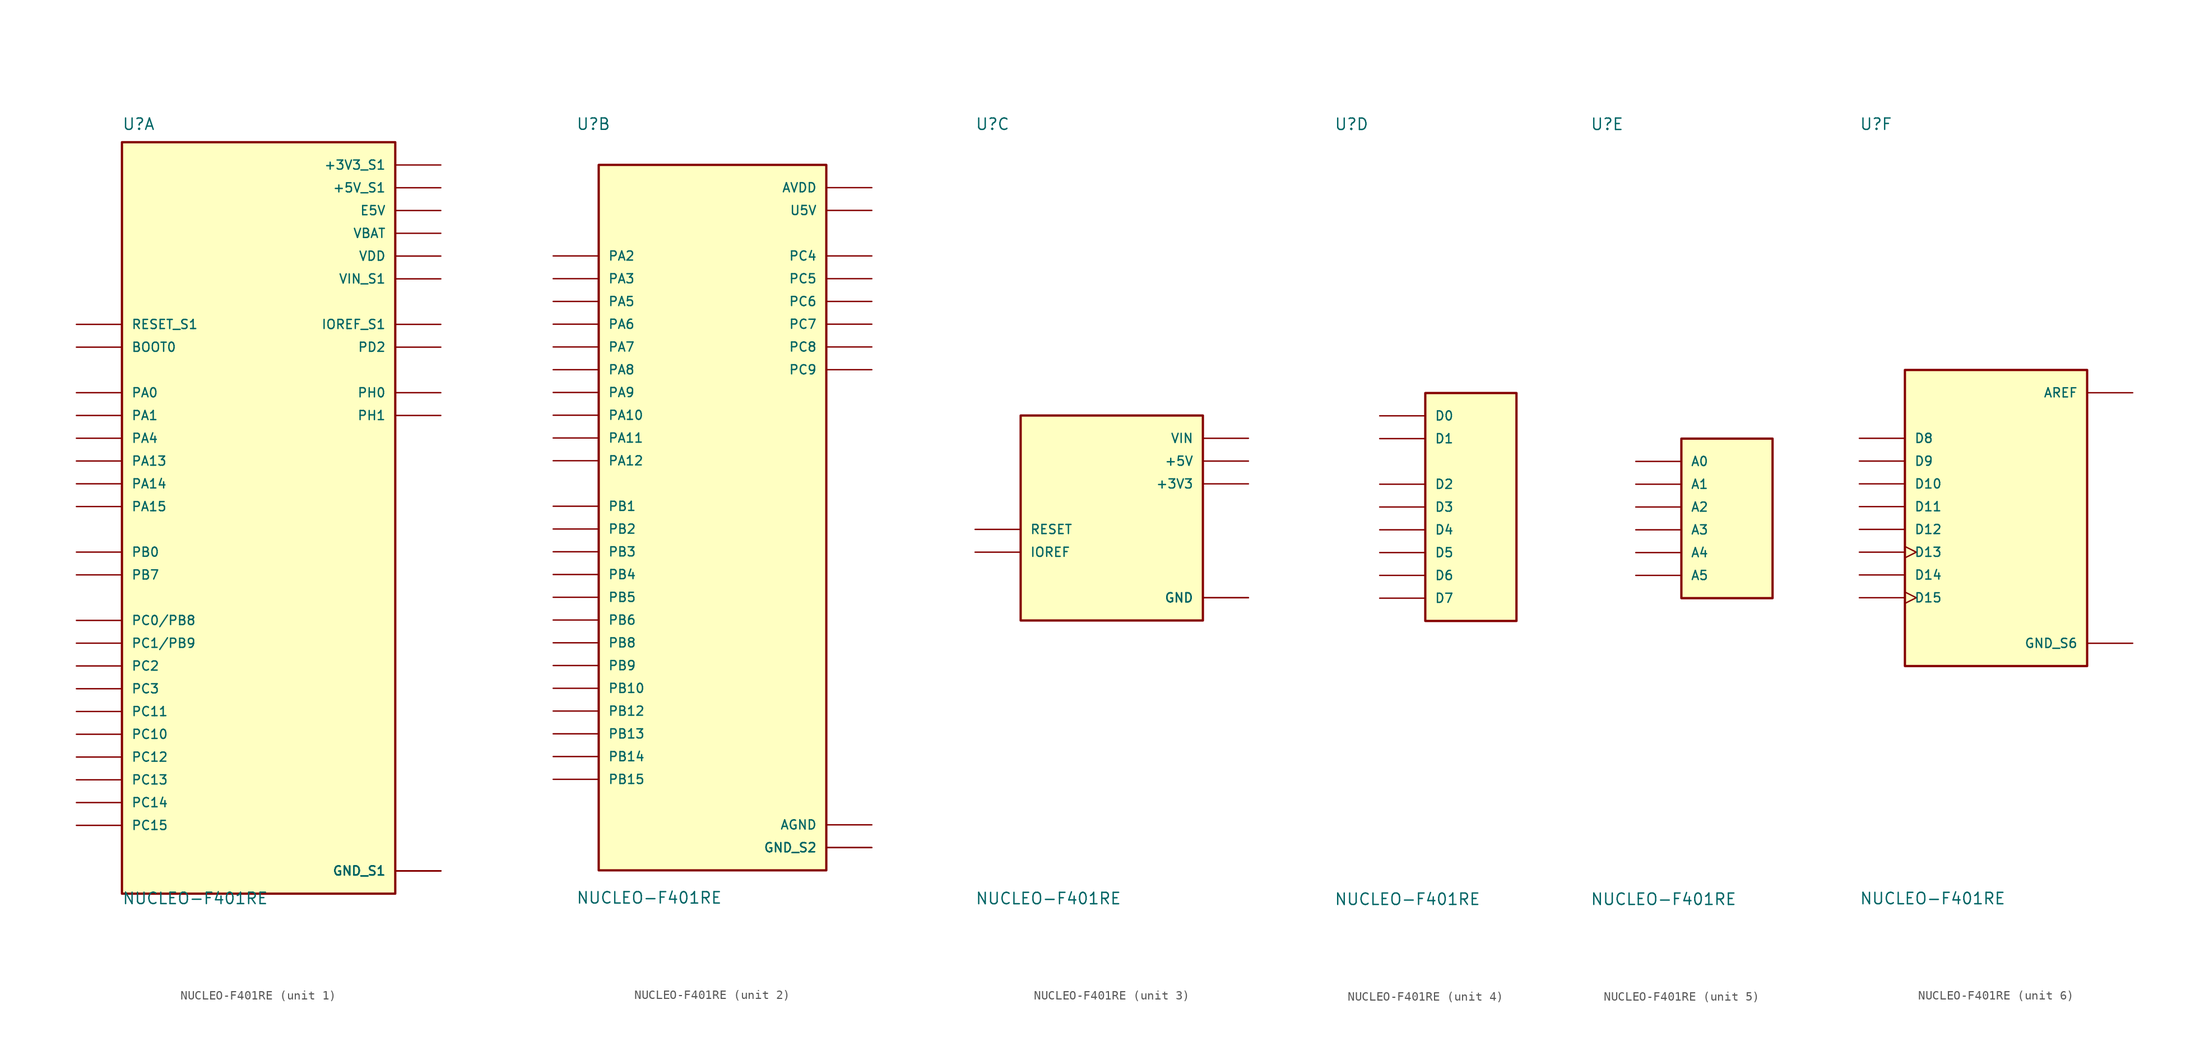
<source format=kicad_sym>
(kicad_symbol_lib
  (version 20211014)
  (generator kicad_symbol_editor)
  (symbol "NUCLEO-F401RE"
    (pin_numbers hide)
    (pin_names
      (offset 1.016))
    (property "Reference" "U"
      (at -15.24 41.91 0)
      (effects (font (size 1.27 1.27)) (justify left bottom)))
    (property "Value" "NUCLEO-F401RE"
      (at -15.24 -44.45 0)
      (effects (font (size 1.27 1.27)) (justify left bottom)))
    (property "ki_locked" ""
      (at 0 0 0)
      (effects (font (size 1.27 1.27))))
    (symbol "NUCLEO-F401RE_1_0"
      (rectangle (start -15.24 -43.18) (end 15.24 40.64) (stroke (width 0.254) (type default) (color 0 0 0 0)) (fill (type background)))
      (pin bidirectional line (at -20.32 -25.4 0) (length 5.08) (name "PC10" (effects (font (size 1.016 1.016)))) (number "CN7_1" (effects (font (size 1.016 1.016)))))
      (pin bidirectional line (at 20.32 20.32 180) (length 5.08) (name "IOREF_S1" (effects (font (size 1.016 1.016)))) (number "CN7_12" (effects (font (size 1.016 1.016)))))
      (pin bidirectional line (at -20.32 5.08 0) (length 5.08) (name "PA13" (effects (font (size 1.016 1.016)))) (number "CN7_13" (effects (font (size 1.016 1.016)))))
      (pin bidirectional line (at -20.32 20.32 0) (length 5.08) (name "RESET_S1" (effects (font (size 1.016 1.016)))) (number "CN7_14" (effects (font (size 1.016 1.016)))))
      (pin bidirectional line (at -20.32 2.54 0) (length 5.08) (name "PA14" (effects (font (size 1.016 1.016)))) (number "CN7_15" (effects (font (size 1.016 1.016)))))
      (pin power_in line (at 20.32 38.1 180) (length 5.08) (name "+3V3_S1" (effects (font (size 1.016 1.016)))) (number "CN7_16" (effects (font (size 1.016 1.016)))))
      (pin bidirectional line (at -20.32 0 0) (length 5.08) (name "PA15" (effects (font (size 1.016 1.016)))) (number "CN7_17" (effects (font (size 1.016 1.016)))))
      (pin power_in line (at 20.32 35.56 180) (length 5.08) (name "+5V_S1" (effects (font (size 1.016 1.016)))) (number "CN7_18" (effects (font (size 1.016 1.016)))))
      (pin power_in line (at 20.32 -40.64 180) (length 5.08) (name "GND_S1" (effects (font (size 1.016 1.016)))) (number "CN7_19" (effects (font (size 1.016 1.016)))))
      (pin bidirectional line (at -20.32 -22.86 0) (length 5.08) (name "PC11" (effects (font (size 1.016 1.016)))) (number "CN7_2" (effects (font (size 1.016 1.016)))))
      (pin power_in line (at 20.32 -40.64 180) (length 5.08) (name "GND_S1" (effects (font (size 1.016 1.016)))) (number "CN7_20" (effects (font (size 1.016 1.016)))))
      (pin bidirectional line (at -20.32 -7.62 0) (length 5.08) (name "PB7" (effects (font (size 1.016 1.016)))) (number "CN7_21" (effects (font (size 1.016 1.016)))))
      (pin power_in line (at 20.32 -40.64 180) (length 5.08) (name "GND_S1" (effects (font (size 1.016 1.016)))) (number "CN7_22" (effects (font (size 1.016 1.016)))))
      (pin bidirectional line (at -20.32 -30.48 0) (length 5.08) (name "PC13" (effects (font (size 1.016 1.016)))) (number "CN7_23" (effects (font (size 1.016 1.016)))))
      (pin power_in line (at 20.32 25.4 180) (length 5.08) (name "VIN_S1" (effects (font (size 1.016 1.016)))) (number "CN7_24" (effects (font (size 1.016 1.016)))))
      (pin bidirectional line (at -20.32 -33.02 0) (length 5.08) (name "PC14" (effects (font (size 1.016 1.016)))) (number "CN7_25" (effects (font (size 1.016 1.016)))))
      (pin bidirectional line (at -20.32 -35.56 0) (length 5.08) (name "PC15" (effects (font (size 1.016 1.016)))) (number "CN7_27" (effects (font (size 1.016 1.016)))))
      (pin bidirectional line (at -20.32 12.7 0) (length 5.08) (name "PA0" (effects (font (size 1.016 1.016)))) (number "CN7_28" (effects (font (size 1.016 1.016)))))
      (pin bidirectional line (at 20.32 12.7 180) (length 5.08) (name "PH0" (effects (font (size 1.016 1.016)))) (number "CN7_29" (effects (font (size 1.016 1.016)))))
      (pin bidirectional line (at -20.32 -27.94 0) (length 5.08) (name "PC12" (effects (font (size 1.016 1.016)))) (number "CN7_3" (effects (font (size 1.016 1.016)))))
      (pin bidirectional line (at -20.32 10.16 0) (length 5.08) (name "PA1" (effects (font (size 1.016 1.016)))) (number "CN7_30" (effects (font (size 1.016 1.016)))))
      (pin bidirectional line (at 20.32 10.16 180) (length 5.08) (name "PH1" (effects (font (size 1.016 1.016)))) (number "CN7_31" (effects (font (size 1.016 1.016)))))
      (pin bidirectional line (at -20.32 7.62 0) (length 5.08) (name "PA4" (effects (font (size 1.016 1.016)))) (number "CN7_32" (effects (font (size 1.016 1.016)))))
      (pin power_in line (at 20.32 30.48 180) (length 5.08) (name "VBAT" (effects (font (size 1.016 1.016)))) (number "CN7_33" (effects (font (size 1.016 1.016)))))
      (pin bidirectional line (at -20.32 -5.08 0) (length 5.08) (name "PB0" (effects (font (size 1.016 1.016)))) (number "CN7_34" (effects (font (size 1.016 1.016)))))
      (pin bidirectional line (at -20.32 -17.78 0) (length 5.08) (name "PC2" (effects (font (size 1.016 1.016)))) (number "CN7_35" (effects (font (size 1.016 1.016)))))
      (pin bidirectional line (at -20.32 -15.24 0) (length 5.08) (name "PC1/PB9" (effects (font (size 1.016 1.016)))) (number "CN7_36" (effects (font (size 1.016 1.016)))))
      (pin bidirectional line (at -20.32 -20.32 0) (length 5.08) (name "PC3" (effects (font (size 1.016 1.016)))) (number "CN7_37" (effects (font (size 1.016 1.016)))))
      (pin bidirectional line (at -20.32 -12.7 0) (length 5.08) (name "PC0/PB8" (effects (font (size 1.016 1.016)))) (number "CN7_38" (effects (font (size 1.016 1.016)))))
      (pin bidirectional line (at 20.32 17.78 180) (length 5.08) (name "PD2" (effects (font (size 1.016 1.016)))) (number "CN7_4" (effects (font (size 1.016 1.016)))))
      (pin power_in line (at 20.32 27.94 180) (length 5.08) (name "VDD" (effects (font (size 1.016 1.016)))) (number "CN7_5" (effects (font (size 1.016 1.016)))))
      (pin power_in line (at 20.32 33.02 180) (length 5.08) (name "E5V" (effects (font (size 1.016 1.016)))) (number "CN7_6" (effects (font (size 1.016 1.016)))))
      (pin bidirectional line (at -20.32 17.78 0) (length 5.08) (name "BOOT0" (effects (font (size 1.016 1.016)))) (number "CN7_7" (effects (font (size 1.016 1.016)))))
      (pin power_in line (at 20.32 -40.64 180) (length 5.08) (name "GND_S1" (effects (font (size 1.016 1.016)))) (number "CN7_8" (effects (font (size 1.016 1.016))))))
    (symbol "NUCLEO-F401RE_2_0"
      (rectangle (start -12.7 -40.64) (end 12.7 38.1) (stroke (width 0.254) (type default) (color 0 0 0 0)) (fill (type background)))
      (pin bidirectional line (at 17.78 15.24 180) (length 5.08) (name "PC9" (effects (font (size 1.016 1.016)))) (number "CN10_1" (effects (font (size 1.016 1.016)))))
      (pin bidirectional line (at -17.78 22.86 0) (length 5.08) (name "PA5" (effects (font (size 1.016 1.016)))) (number "CN10_11" (effects (font (size 1.016 1.016)))))
      (pin bidirectional line (at -17.78 5.08 0) (length 5.08) (name "PA12" (effects (font (size 1.016 1.016)))) (number "CN10_12" (effects (font (size 1.016 1.016)))))
      (pin bidirectional line (at -17.78 20.32 0) (length 5.08) (name "PA6" (effects (font (size 1.016 1.016)))) (number "CN10_13" (effects (font (size 1.016 1.016)))))
      (pin bidirectional line (at -17.78 7.62 0) (length 5.08) (name "PA11" (effects (font (size 1.016 1.016)))) (number "CN10_14" (effects (font (size 1.016 1.016)))))
      (pin bidirectional line (at -17.78 17.78 0) (length 5.08) (name "PA7" (effects (font (size 1.016 1.016)))) (number "CN10_15" (effects (font (size 1.016 1.016)))))
      (pin bidirectional line (at -17.78 -22.86 0) (length 5.08) (name "PB12" (effects (font (size 1.016 1.016)))) (number "CN10_16" (effects (font (size 1.016 1.016)))))
      (pin bidirectional line (at -17.78 -12.7 0) (length 5.08) (name "PB6" (effects (font (size 1.016 1.016)))) (number "CN10_17" (effects (font (size 1.016 1.016)))))
      (pin bidirectional line (at 17.78 20.32 180) (length 5.08) (name "PC7" (effects (font (size 1.016 1.016)))) (number "CN10_19" (effects (font (size 1.016 1.016)))))
      (pin bidirectional line (at 17.78 17.78 180) (length 5.08) (name "PC8" (effects (font (size 1.016 1.016)))) (number "CN10_2" (effects (font (size 1.016 1.016)))))
      (pin power_in line (at 17.78 -38.1 180) (length 5.08) (name "GND_S2" (effects (font (size 1.016 1.016)))) (number "CN10_20" (effects (font (size 1.016 1.016)))))
      (pin bidirectional line (at -17.78 12.7 0) (length 5.08) (name "PA9" (effects (font (size 1.016 1.016)))) (number "CN10_21" (effects (font (size 1.016 1.016)))))
      (pin bidirectional line (at -17.78 -2.54 0) (length 5.08) (name "PB2" (effects (font (size 1.016 1.016)))) (number "CN10_22" (effects (font (size 1.016 1.016)))))
      (pin bidirectional line (at -17.78 15.24 0) (length 5.08) (name "PA8" (effects (font (size 1.016 1.016)))) (number "CN10_23" (effects (font (size 1.016 1.016)))))
      (pin bidirectional line (at -17.78 0 0) (length 5.08) (name "PB1" (effects (font (size 1.016 1.016)))) (number "CN10_24" (effects (font (size 1.016 1.016)))))
      (pin bidirectional line (at -17.78 -20.32 0) (length 5.08) (name "PB10" (effects (font (size 1.016 1.016)))) (number "CN10_25" (effects (font (size 1.016 1.016)))))
      (pin bidirectional line (at -17.78 -30.48 0) (length 5.08) (name "PB15" (effects (font (size 1.016 1.016)))) (number "CN10_26" (effects (font (size 1.016 1.016)))))
      (pin bidirectional line (at -17.78 -7.62 0) (length 5.08) (name "PB4" (effects (font (size 1.016 1.016)))) (number "CN10_27" (effects (font (size 1.016 1.016)))))
      (pin bidirectional line (at -17.78 -27.94 0) (length 5.08) (name "PB14" (effects (font (size 1.016 1.016)))) (number "CN10_28" (effects (font (size 1.016 1.016)))))
      (pin bidirectional line (at -17.78 -10.16 0) (length 5.08) (name "PB5" (effects (font (size 1.016 1.016)))) (number "CN10_29" (effects (font (size 1.016 1.016)))))
      (pin bidirectional line (at -17.78 -15.24 0) (length 5.08) (name "PB8" (effects (font (size 1.016 1.016)))) (number "CN10_3" (effects (font (size 1.016 1.016)))))
      (pin bidirectional line (at -17.78 -25.4 0) (length 5.08) (name "PB13" (effects (font (size 1.016 1.016)))) (number "CN10_30" (effects (font (size 1.016 1.016)))))
      (pin bidirectional line (at -17.78 -5.08 0) (length 5.08) (name "PB3" (effects (font (size 1.016 1.016)))) (number "CN10_31" (effects (font (size 1.016 1.016)))))
      (pin power_in line (at 17.78 -35.56 180) (length 5.08) (name "AGND" (effects (font (size 1.016 1.016)))) (number "CN10_32" (effects (font (size 1.016 1.016)))))
      (pin bidirectional line (at -17.78 10.16 0) (length 5.08) (name "PA10" (effects (font (size 1.016 1.016)))) (number "CN10_33" (effects (font (size 1.016 1.016)))))
      (pin bidirectional line (at 17.78 27.94 180) (length 5.08) (name "PC4" (effects (font (size 1.016 1.016)))) (number "CN10_34" (effects (font (size 1.016 1.016)))))
      (pin bidirectional line (at -17.78 27.94 0) (length 5.08) (name "PA2" (effects (font (size 1.016 1.016)))) (number "CN10_35" (effects (font (size 1.016 1.016)))))
      (pin bidirectional line (at -17.78 25.4 0) (length 5.08) (name "PA3" (effects (font (size 1.016 1.016)))) (number "CN10_37" (effects (font (size 1.016 1.016)))))
      (pin bidirectional line (at 17.78 22.86 180) (length 5.08) (name "PC6" (effects (font (size 1.016 1.016)))) (number "CN10_4" (effects (font (size 1.016 1.016)))))
      (pin bidirectional line (at -17.78 -17.78 0) (length 5.08) (name "PB9" (effects (font (size 1.016 1.016)))) (number "CN10_5" (effects (font (size 1.016 1.016)))))
      (pin bidirectional line (at 17.78 25.4 180) (length 5.08) (name "PC5" (effects (font (size 1.016 1.016)))) (number "CN10_6" (effects (font (size 1.016 1.016)))))
      (pin power_in line (at 17.78 35.56 180) (length 5.08) (name "AVDD" (effects (font (size 1.016 1.016)))) (number "CN10_7" (effects (font (size 1.016 1.016)))))
      (pin power_in line (at 17.78 33.02 180) (length 5.08) (name "U5V" (effects (font (size 1.016 1.016)))) (number "CN10_8" (effects (font (size 1.016 1.016)))))
      (pin power_in line (at 17.78 -38.1 180) (length 5.08) (name "GND_S2" (effects (font (size 1.016 1.016)))) (number "CN10_9" (effects (font (size 1.016 1.016))))))
    (symbol "NUCLEO-F401RE_3_0"
      (rectangle (start -10.16 -12.7) (end 10.16 10.16) (stroke (width 0.254) (type default) (color 0 0 0 0)) (fill (type background)))
      (pin bidirectional line (at -15.24 -5.08 0) (length 5.08) (name "IOREF" (effects (font (size 1.016 1.016)))) (number "CN6_2" (effects (font (size 1.016 1.016)))))
      (pin bidirectional line (at -15.24 -2.54 0) (length 5.08) (name "RESET" (effects (font (size 1.016 1.016)))) (number "CN6_3" (effects (font (size 1.016 1.016)))))
      (pin power_in line (at 15.24 2.54 180) (length 5.08) (name "+3V3" (effects (font (size 1.016 1.016)))) (number "CN6_4" (effects (font (size 1.016 1.016)))))
      (pin power_in line (at 15.24 5.08 180) (length 5.08) (name "+5V" (effects (font (size 1.016 1.016)))) (number "CN6_5" (effects (font (size 1.016 1.016)))))
      (pin power_in line (at 15.24 -10.16 180) (length 5.08) (name "GND" (effects (font (size 1.016 1.016)))) (number "CN6_6" (effects (font (size 1.016 1.016)))))
      (pin power_in line (at 15.24 -10.16 180) (length 5.08) (name "GND" (effects (font (size 1.016 1.016)))) (number "CN6_7" (effects (font (size 1.016 1.016)))))
      (pin power_in line (at 15.24 7.62 180) (length 5.08) (name "VIN" (effects (font (size 1.016 1.016)))) (number "CN6_8" (effects (font (size 1.016 1.016))))))
    (symbol "NUCLEO-F401RE_4_0"
      (rectangle (start -5.08 -12.7) (end 5.08 12.7) (stroke (width 0.254) (type default) (color 0 0 0 0)) (fill (type background)))
      (pin input line (at -10.16 10.16 0) (length 5.08) (name "D0" (effects (font (size 1.016 1.016)))) (number "CN9_1" (effects (font (size 1.016 1.016)))))
      (pin output line (at -10.16 7.62 0) (length 5.08) (name "D1" (effects (font (size 1.016 1.016)))) (number "CN9_2" (effects (font (size 1.016 1.016)))))
      (pin bidirectional line (at -10.16 2.54 0) (length 5.08) (name "D2" (effects (font (size 1.016 1.016)))) (number "CN9_3" (effects (font (size 1.016 1.016)))))
      (pin bidirectional line (at -10.16 0 0) (length 5.08) (name "D3" (effects (font (size 1.016 1.016)))) (number "CN9_4" (effects (font (size 1.016 1.016)))))
      (pin bidirectional line (at -10.16 -2.54 0) (length 5.08) (name "D4" (effects (font (size 1.016 1.016)))) (number "CN9_5" (effects (font (size 1.016 1.016)))))
      (pin bidirectional line (at -10.16 -5.08 0) (length 5.08) (name "D5" (effects (font (size 1.016 1.016)))) (number "CN9_6" (effects (font (size 1.016 1.016)))))
      (pin bidirectional line (at -10.16 -7.62 0) (length 5.08) (name "D6" (effects (font (size 1.016 1.016)))) (number "CN9_7" (effects (font (size 1.016 1.016)))))
      (pin bidirectional line (at -10.16 -10.16 0) (length 5.08) (name "D7" (effects (font (size 1.016 1.016)))) (number "CN9_8" (effects (font (size 1.016 1.016))))))
    (symbol "NUCLEO-F401RE_5_0"
      (rectangle (start -5.08 -10.16) (end 5.08 7.62) (stroke (width 0.254) (type default) (color 0 0 0 0)) (fill (type background)))
      (pin input line (at -10.16 5.08 0) (length 5.08) (name "A0" (effects (font (size 1.016 1.016)))) (number "CN8_1" (effects (font (size 1.016 1.016)))))
      (pin input line (at -10.16 2.54 0) (length 5.08) (name "A1" (effects (font (size 1.016 1.016)))) (number "CN8_2" (effects (font (size 1.016 1.016)))))
      (pin input line (at -10.16 0 0) (length 5.08) (name "A2" (effects (font (size 1.016 1.016)))) (number "CN8_3" (effects (font (size 1.016 1.016)))))
      (pin input line (at -10.16 -2.54 0) (length 5.08) (name "A3" (effects (font (size 1.016 1.016)))) (number "CN8_4" (effects (font (size 1.016 1.016)))))
      (pin input line (at -10.16 -5.08 0) (length 5.08) (name "A4" (effects (font (size 1.016 1.016)))) (number "CN8_5" (effects (font (size 1.016 1.016)))))
      (pin input line (at -10.16 -7.62 0) (length 5.08) (name "A5" (effects (font (size 1.016 1.016)))) (number "CN8_6" (effects (font (size 1.016 1.016))))))
    (symbol "NUCLEO-F401RE_6_0"
      (rectangle (start -10.16 -17.78) (end 10.16 15.24) (stroke (width 0.254) (type default) (color 0 0 0 0)) (fill (type background)))
      (pin bidirectional line (at -15.24 7.62 0) (length 5.08) (name "D8" (effects (font (size 1.016 1.016)))) (number "CN5_1" (effects (font (size 1.016 1.016)))))
      (pin bidirectional clock (at -15.24 -10.16 0) (length 5.08) (name "D15" (effects (font (size 1.016 1.016)))) (number "CN5_10" (effects (font (size 1.016 1.016)))))
      (pin bidirectional line (at -15.24 5.08 0) (length 5.08) (name "D9" (effects (font (size 1.016 1.016)))) (number "CN5_2" (effects (font (size 1.016 1.016)))))
      (pin bidirectional line (at -15.24 2.54 0) (length 5.08) (name "D10" (effects (font (size 1.016 1.016)))) (number "CN5_3" (effects (font (size 1.016 1.016)))))
      (pin bidirectional line (at -15.24 0 0) (length 5.08) (name "D11" (effects (font (size 1.016 1.016)))) (number "CN5_4" (effects (font (size 1.016 1.016)))))
      (pin bidirectional line (at -15.24 -2.54 0) (length 5.08) (name "D12" (effects (font (size 1.016 1.016)))) (number "CN5_5" (effects (font (size 1.016 1.016)))))
      (pin bidirectional clock (at -15.24 -5.08 0) (length 5.08) (name "D13" (effects (font (size 1.016 1.016)))) (number "CN5_6" (effects (font (size 1.016 1.016)))))
      (pin power_in line (at 15.24 -15.24 180) (length 5.08) (name "GND_S6" (effects (font (size 1.016 1.016)))) (number "CN5_7" (effects (font (size 1.016 1.016)))))
      (pin power_in line (at 15.24 12.7 180) (length 5.08) (name "AREF" (effects (font (size 1.016 1.016)))) (number "CN5_8" (effects (font (size 1.016 1.016)))))
      (pin bidirectional line (at -15.24 -7.62 0) (length 5.08) (name "D14" (effects (font (size 1.016 1.016)))) (number "CN5_9" (effects (font (size 1.016 1.016))))))))
</source>
